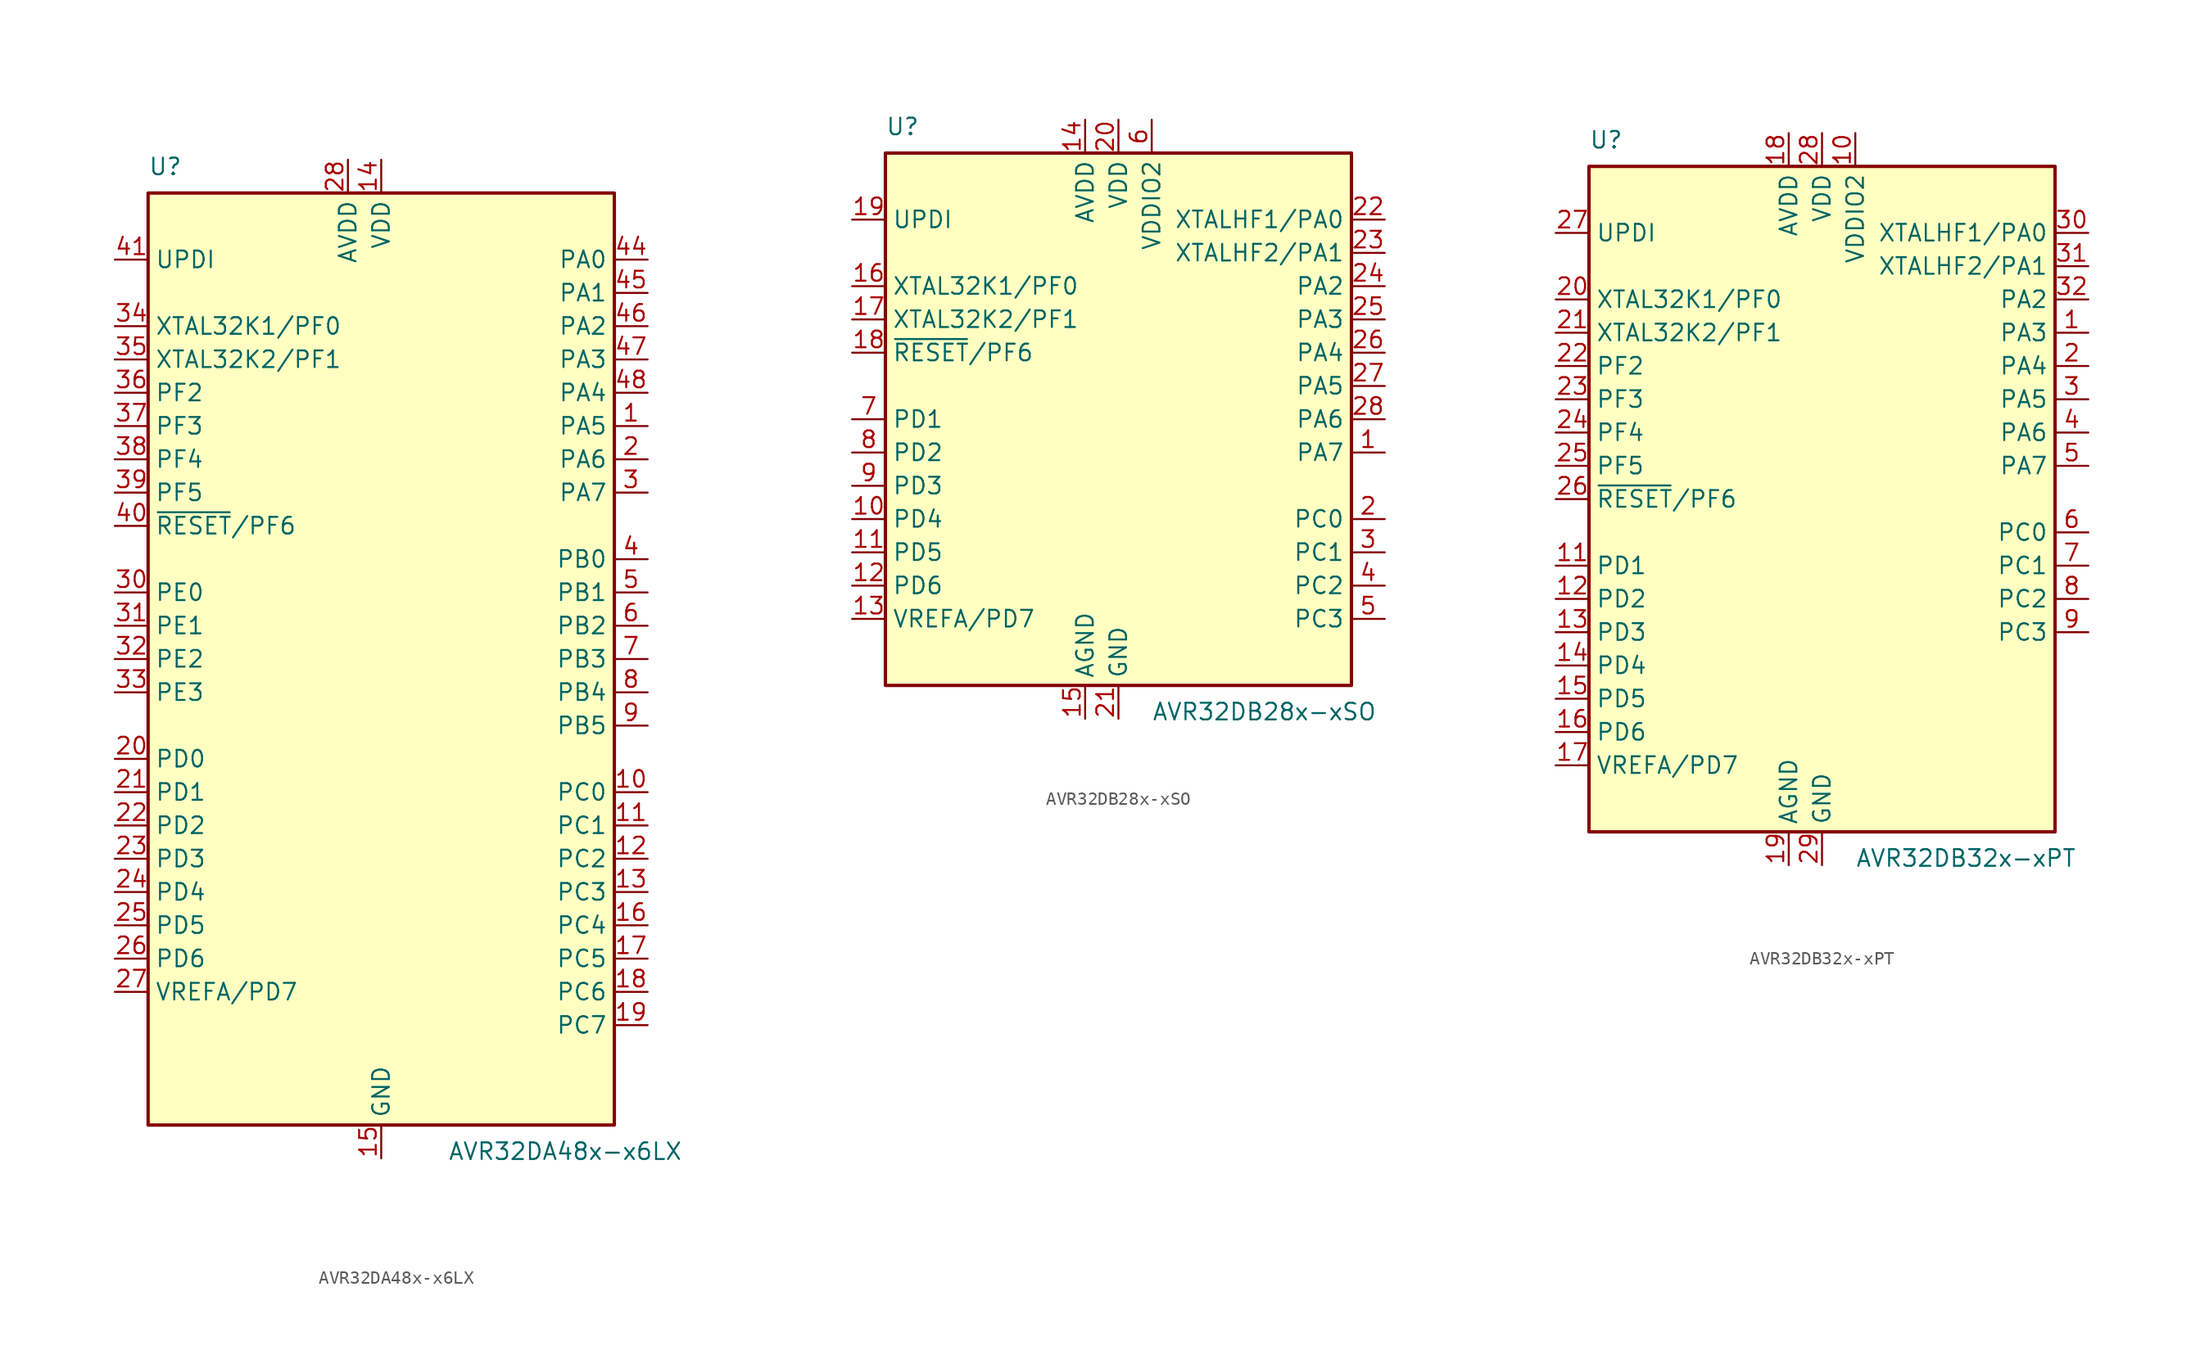
<source format=kicad_sym>
(kicad_symbol_lib
  (version 20241209)
  (generator "kicad_symbol_editor")
  (generator_version "9.0")
  (symbol "AVR32DA48x-x6LX"
    (property "Reference" "U"
      (at -17.78 36.83 0)
      (effects (font (size 1.27 1.27)) (justify left bottom)))
    (property "Value" "AVR32DA48x-x6LX"
      (at 5.08 -36.83 0)
      (effects (font (size 1.27 1.27)) (justify left top)))
    (symbol "AVR32DA48x-x6LX_0_1"
      (rectangle (start -17.78 35.56) (end 17.78 -35.56) (stroke (width 0.254) (type default)) (fill (type background))))
    (symbol "AVR32DA48x-x6LX_1_1"
      (pin input line (at -20.32 30.48 0) (length 2.54) (name "UPDI" (effects (font (size 1.27 1.27)))) (number "41" (effects (font (size 1.27 1.27)))))
      (pin bidirectional line (at -20.32 25.4 0) (length 2.54) (name "XTAL32K1/PF0" (effects (font (size 1.27 1.27)))) (number "34" (effects (font (size 1.27 1.27)))))
      (pin bidirectional line (at -20.32 22.86 0) (length 2.54) (name "XTAL32K2/PF1" (effects (font (size 1.27 1.27)))) (number "35" (effects (font (size 1.27 1.27)))))
      (pin bidirectional line (at -20.32 20.32 0) (length 2.54) (name "PF2" (effects (font (size 1.27 1.27)))) (number "36" (effects (font (size 1.27 1.27)))))
      (pin bidirectional line (at -20.32 17.78 0) (length 2.54) (name "PF3" (effects (font (size 1.27 1.27)))) (number "37" (effects (font (size 1.27 1.27)))))
      (pin bidirectional line (at -20.32 15.24 0) (length 2.54) (name "PF4" (effects (font (size 1.27 1.27)))) (number "38" (effects (font (size 1.27 1.27)))))
      (pin bidirectional line (at -20.32 12.7 0) (length 2.54) (name "PF5" (effects (font (size 1.27 1.27)))) (number "39" (effects (font (size 1.27 1.27)))))
      (pin bidirectional line (at -20.32 10.16 0) (length 2.54) (name "~{RESET}/PF6" (effects (font (size 1.27 1.27)))) (number "40" (effects (font (size 1.27 1.27)))))
      (pin bidirectional line (at -20.32 5.08 0) (length 2.54) (name "PE0" (effects (font (size 1.27 1.27)))) (number "30" (effects (font (size 1.27 1.27)))))
      (pin bidirectional line (at -20.32 2.54 0) (length 2.54) (name "PE1" (effects (font (size 1.27 1.27)))) (number "31" (effects (font (size 1.27 1.27)))))
      (pin bidirectional line (at -20.32 0 0) (length 2.54) (name "PE2" (effects (font (size 1.27 1.27)))) (number "32" (effects (font (size 1.27 1.27)))))
      (pin bidirectional line (at -20.32 -2.54 0) (length 2.54) (name "PE3" (effects (font (size 1.27 1.27)))) (number "33" (effects (font (size 1.27 1.27)))))
      (pin bidirectional line (at -20.32 -7.62 0) (length 2.54) (name "PD0" (effects (font (size 1.27 1.27)))) (number "20" (effects (font (size 1.27 1.27)))))
      (pin bidirectional line (at -20.32 -10.16 0) (length 2.54) (name "PD1" (effects (font (size 1.27 1.27)))) (number "21" (effects (font (size 1.27 1.27)))))
      (pin bidirectional line (at -20.32 -12.7 0) (length 2.54) (name "PD2" (effects (font (size 1.27 1.27)))) (number "22" (effects (font (size 1.27 1.27)))))
      (pin bidirectional line (at -20.32 -15.24 0) (length 2.54) (name "PD3" (effects (font (size 1.27 1.27)))) (number "23" (effects (font (size 1.27 1.27)))))
      (pin bidirectional line (at -20.32 -17.78 0) (length 2.54) (name "PD4" (effects (font (size 1.27 1.27)))) (number "24" (effects (font (size 1.27 1.27)))))
      (pin bidirectional line (at -20.32 -20.32 0) (length 2.54) (name "PD5" (effects (font (size 1.27 1.27)))) (number "25" (effects (font (size 1.27 1.27)))))
      (pin bidirectional line (at -20.32 -22.86 0) (length 2.54) (name "PD6" (effects (font (size 1.27 1.27)))) (number "26" (effects (font (size 1.27 1.27)))))
      (pin bidirectional line (at -20.32 -25.4 0) (length 2.54) (name "VREFA/PD7" (effects (font (size 1.27 1.27)))) (number "27" (effects (font (size 1.27 1.27)))))
      (pin power_in line (at -2.54 38.1 270) (length 2.54) (name "AVDD" (effects (font (size 1.27 1.27)))) (number "28" (effects (font (size 1.27 1.27)))))
      (pin power_in line (at 0 38.1 270) (length 2.54) (name "VDD" (effects (font (size 1.27 1.27)))) (number "14" (effects (font (size 1.27 1.27)))))
      (pin passive line (at 0 38.1 270) (length 2.54) (hide yes) (name "VDD" (effects (font (size 1.27 1.27)))) (number "42" (effects (font (size 1.27 1.27)))))
      (pin power_in line (at 0 -38.1 90) (length 2.54) (name "GND" (effects (font (size 1.27 1.27)))) (number "15" (effects (font (size 1.27 1.27)))))
      (pin passive line (at 0 -38.1 90) (length 2.54) (hide yes) (name "GND" (effects (font (size 1.27 1.27)))) (number "29" (effects (font (size 1.27 1.27)))))
      (pin passive line (at 0 -38.1 90) (length 2.54) (hide yes) (name "GND" (effects (font (size 1.27 1.27)))) (number "43" (effects (font (size 1.27 1.27)))))
      (pin passive line (at 0 -38.1 90) (length 2.54) (hide yes) (name "GND" (effects (font (size 1.27 1.27)))) (number "49" (effects (font (size 1.27 1.27)))))
      (pin bidirectional line (at 20.32 30.48 180) (length 2.54) (name "PA0" (effects (font (size 1.27 1.27)))) (number "44" (effects (font (size 1.27 1.27)))))
      (pin bidirectional line (at 20.32 27.94 180) (length 2.54) (name "PA1" (effects (font (size 1.27 1.27)))) (number "45" (effects (font (size 1.27 1.27)))))
      (pin bidirectional line (at 20.32 25.4 180) (length 2.54) (name "PA2" (effects (font (size 1.27 1.27)))) (number "46" (effects (font (size 1.27 1.27)))))
      (pin bidirectional line (at 20.32 22.86 180) (length 2.54) (name "PA3" (effects (font (size 1.27 1.27)))) (number "47" (effects (font (size 1.27 1.27)))))
      (pin bidirectional line (at 20.32 20.32 180) (length 2.54) (name "PA4" (effects (font (size 1.27 1.27)))) (number "48" (effects (font (size 1.27 1.27)))))
      (pin bidirectional line (at 20.32 17.78 180) (length 2.54) (name "PA5" (effects (font (size 1.27 1.27)))) (number "1" (effects (font (size 1.27 1.27)))))
      (pin bidirectional line (at 20.32 15.24 180) (length 2.54) (name "PA6" (effects (font (size 1.27 1.27)))) (number "2" (effects (font (size 1.27 1.27)))))
      (pin bidirectional line (at 20.32 12.7 180) (length 2.54) (name "PA7" (effects (font (size 1.27 1.27)))) (number "3" (effects (font (size 1.27 1.27)))))
      (pin bidirectional line (at 20.32 7.62 180) (length 2.54) (name "PB0" (effects (font (size 1.27 1.27)))) (number "4" (effects (font (size 1.27 1.27)))))
      (pin bidirectional line (at 20.32 5.08 180) (length 2.54) (name "PB1" (effects (font (size 1.27 1.27)))) (number "5" (effects (font (size 1.27 1.27)))))
      (pin bidirectional line (at 20.32 2.54 180) (length 2.54) (name "PB2" (effects (font (size 1.27 1.27)))) (number "6" (effects (font (size 1.27 1.27)))))
      (pin bidirectional line (at 20.32 0 180) (length 2.54) (name "PB3" (effects (font (size 1.27 1.27)))) (number "7" (effects (font (size 1.27 1.27)))))
      (pin bidirectional line (at 20.32 -2.54 180) (length 2.54) (name "PB4" (effects (font (size 1.27 1.27)))) (number "8" (effects (font (size 1.27 1.27)))))
      (pin bidirectional line (at 20.32 -5.08 180) (length 2.54) (name "PB5" (effects (font (size 1.27 1.27)))) (number "9" (effects (font (size 1.27 1.27)))))
      (pin bidirectional line (at 20.32 -10.16 180) (length 2.54) (name "PC0" (effects (font (size 1.27 1.27)))) (number "10" (effects (font (size 1.27 1.27)))))
      (pin bidirectional line (at 20.32 -12.7 180) (length 2.54) (name "PC1" (effects (font (size 1.27 1.27)))) (number "11" (effects (font (size 1.27 1.27)))))
      (pin bidirectional line (at 20.32 -15.24 180) (length 2.54) (name "PC2" (effects (font (size 1.27 1.27)))) (number "12" (effects (font (size 1.27 1.27)))))
      (pin bidirectional line (at 20.32 -17.78 180) (length 2.54) (name "PC3" (effects (font (size 1.27 1.27)))) (number "13" (effects (font (size 1.27 1.27)))))
      (pin bidirectional line (at 20.32 -20.32 180) (length 2.54) (name "PC4" (effects (font (size 1.27 1.27)))) (number "16" (effects (font (size 1.27 1.27)))))
      (pin bidirectional line (at 20.32 -22.86 180) (length 2.54) (name "PC5" (effects (font (size 1.27 1.27)))) (number "17" (effects (font (size 1.27 1.27)))))
      (pin bidirectional line (at 20.32 -25.4 180) (length 2.54) (name "PC6" (effects (font (size 1.27 1.27)))) (number "18" (effects (font (size 1.27 1.27)))))
      (pin bidirectional line (at 20.32 -27.94 180) (length 2.54) (name "PC7" (effects (font (size 1.27 1.27)))) (number "19" (effects (font (size 1.27 1.27)))))))
  (symbol "AVR32DB28x-xSO"
    (property "Reference" "U"
      (at -17.78 21.59 0)
      (effects (font (size 1.27 1.27)) (justify left bottom)))
    (property "Value" "AVR32DB28x-xSO"
      (at 2.54 -21.59 0)
      (effects (font (size 1.27 1.27)) (justify left top)))
    (symbol "AVR32DB28x-xSO_0_1"
      (rectangle (start -17.78 20.32) (end 17.78 -20.32) (stroke (width 0.254) (type default)) (fill (type background))))
    (symbol "AVR32DB28x-xSO_1_1"
      (pin input line (at -20.32 15.24 0) (length 2.54) (name "UPDI" (effects (font (size 1.27 1.27)))) (number "19" (effects (font (size 1.27 1.27)))))
      (pin bidirectional line (at -20.32 10.16 0) (length 2.54) (name "XTAL32K1/PF0" (effects (font (size 1.27 1.27)))) (number "16" (effects (font (size 1.27 1.27)))))
      (pin bidirectional line (at -20.32 7.62 0) (length 2.54) (name "XTAL32K2/PF1" (effects (font (size 1.27 1.27)))) (number "17" (effects (font (size 1.27 1.27)))))
      (pin bidirectional line (at -20.32 5.08 0) (length 2.54) (name "~{RESET}/PF6" (effects (font (size 1.27 1.27)))) (number "18" (effects (font (size 1.27 1.27)))))
      (pin bidirectional line (at -20.32 0 0) (length 2.54) (name "PD1" (effects (font (size 1.27 1.27)))) (number "7" (effects (font (size 1.27 1.27)))))
      (pin bidirectional line (at -20.32 -2.54 0) (length 2.54) (name "PD2" (effects (font (size 1.27 1.27)))) (number "8" (effects (font (size 1.27 1.27)))))
      (pin bidirectional line (at -20.32 -5.08 0) (length 2.54) (name "PD3" (effects (font (size 1.27 1.27)))) (number "9" (effects (font (size 1.27 1.27)))))
      (pin bidirectional line (at -20.32 -7.62 0) (length 2.54) (name "PD4" (effects (font (size 1.27 1.27)))) (number "10" (effects (font (size 1.27 1.27)))))
      (pin bidirectional line (at -20.32 -10.16 0) (length 2.54) (name "PD5" (effects (font (size 1.27 1.27)))) (number "11" (effects (font (size 1.27 1.27)))))
      (pin bidirectional line (at -20.32 -12.7 0) (length 2.54) (name "PD6" (effects (font (size 1.27 1.27)))) (number "12" (effects (font (size 1.27 1.27)))))
      (pin bidirectional line (at -20.32 -15.24 0) (length 2.54) (name "VREFA/PD7" (effects (font (size 1.27 1.27)))) (number "13" (effects (font (size 1.27 1.27)))))
      (pin power_in line (at -2.54 22.86 270) (length 2.54) (name "AVDD" (effects (font (size 1.27 1.27)))) (number "14" (effects (font (size 1.27 1.27)))))
      (pin power_in line (at -2.54 -22.86 90) (length 2.54) (name "AGND" (effects (font (size 1.27 1.27)))) (number "15" (effects (font (size 1.27 1.27)))))
      (pin power_in line (at 0 22.86 270) (length 2.54) (name "VDD" (effects (font (size 1.27 1.27)))) (number "20" (effects (font (size 1.27 1.27)))))
      (pin power_in line (at 0 -22.86 90) (length 2.54) (name "GND" (effects (font (size 1.27 1.27)))) (number "21" (effects (font (size 1.27 1.27)))))
      (pin power_in line (at 2.54 22.86 270) (length 2.54) (name "VDDIO2" (effects (font (size 1.27 1.27)))) (number "6" (effects (font (size 1.27 1.27)))))
      (pin bidirectional line (at 20.32 15.24 180) (length 2.54) (name "XTALHF1/PA0" (effects (font (size 1.27 1.27)))) (number "22" (effects (font (size 1.27 1.27)))))
      (pin bidirectional line (at 20.32 12.7 180) (length 2.54) (name "XTALHF2/PA1" (effects (font (size 1.27 1.27)))) (number "23" (effects (font (size 1.27 1.27)))))
      (pin bidirectional line (at 20.32 10.16 180) (length 2.54) (name "PA2" (effects (font (size 1.27 1.27)))) (number "24" (effects (font (size 1.27 1.27)))))
      (pin bidirectional line (at 20.32 7.62 180) (length 2.54) (name "PA3" (effects (font (size 1.27 1.27)))) (number "25" (effects (font (size 1.27 1.27)))))
      (pin bidirectional line (at 20.32 5.08 180) (length 2.54) (name "PA4" (effects (font (size 1.27 1.27)))) (number "26" (effects (font (size 1.27 1.27)))))
      (pin bidirectional line (at 20.32 2.54 180) (length 2.54) (name "PA5" (effects (font (size 1.27 1.27)))) (number "27" (effects (font (size 1.27 1.27)))))
      (pin bidirectional line (at 20.32 0 180) (length 2.54) (name "PA6" (effects (font (size 1.27 1.27)))) (number "28" (effects (font (size 1.27 1.27)))))
      (pin bidirectional line (at 20.32 -2.54 180) (length 2.54) (name "PA7" (effects (font (size 1.27 1.27)))) (number "1" (effects (font (size 1.27 1.27)))))
      (pin bidirectional line (at 20.32 -7.62 180) (length 2.54) (name "PC0" (effects (font (size 1.27 1.27)))) (number "2" (effects (font (size 1.27 1.27)))))
      (pin bidirectional line (at 20.32 -10.16 180) (length 2.54) (name "PC1" (effects (font (size 1.27 1.27)))) (number "3" (effects (font (size 1.27 1.27)))))
      (pin bidirectional line (at 20.32 -12.7 180) (length 2.54) (name "PC2" (effects (font (size 1.27 1.27)))) (number "4" (effects (font (size 1.27 1.27)))))
      (pin bidirectional line (at 20.32 -15.24 180) (length 2.54) (name "PC3" (effects (font (size 1.27 1.27)))) (number "5" (effects (font (size 1.27 1.27)))))))
  (symbol "AVR32DB32x-xPT"
    (property "Reference" "U"
      (at -17.78 26.67 0)
      (effects (font (size 1.27 1.27)) (justify left bottom)))
    (property "Value" "AVR32DB32x-xPT"
      (at 2.54 -26.67 0)
      (effects (font (size 1.27 1.27)) (justify left top)))
    (symbol "AVR32DB32x-xPT_0_1"
      (rectangle (start -17.78 25.4) (end 17.78 -25.4) (stroke (width 0.254) (type default)) (fill (type background))))
    (symbol "AVR32DB32x-xPT_1_1"
      (pin input line (at -20.32 20.32 0) (length 2.54) (name "UPDI" (effects (font (size 1.27 1.27)))) (number "27" (effects (font (size 1.27 1.27)))))
      (pin bidirectional line (at -20.32 15.24 0) (length 2.54) (name "XTAL32K1/PF0" (effects (font (size 1.27 1.27)))) (number "20" (effects (font (size 1.27 1.27)))))
      (pin bidirectional line (at -20.32 12.7 0) (length 2.54) (name "XTAL32K2/PF1" (effects (font (size 1.27 1.27)))) (number "21" (effects (font (size 1.27 1.27)))))
      (pin bidirectional line (at -20.32 10.16 0) (length 2.54) (name "PF2" (effects (font (size 1.27 1.27)))) (number "22" (effects (font (size 1.27 1.27)))))
      (pin bidirectional line (at -20.32 7.62 0) (length 2.54) (name "PF3" (effects (font (size 1.27 1.27)))) (number "23" (effects (font (size 1.27 1.27)))))
      (pin bidirectional line (at -20.32 5.08 0) (length 2.54) (name "PF4" (effects (font (size 1.27 1.27)))) (number "24" (effects (font (size 1.27 1.27)))))
      (pin bidirectional line (at -20.32 2.54 0) (length 2.54) (name "PF5" (effects (font (size 1.27 1.27)))) (number "25" (effects (font (size 1.27 1.27)))))
      (pin input line (at -20.32 0 0) (length 2.54) (name "~{RESET}/PF6" (effects (font (size 1.27 1.27)))) (number "26" (effects (font (size 1.27 1.27)))))
      (pin bidirectional line (at -20.32 -5.08 0) (length 2.54) (name "PD1" (effects (font (size 1.27 1.27)))) (number "11" (effects (font (size 1.27 1.27)))))
      (pin bidirectional line (at -20.32 -7.62 0) (length 2.54) (name "PD2" (effects (font (size 1.27 1.27)))) (number "12" (effects (font (size 1.27 1.27)))))
      (pin bidirectional line (at -20.32 -10.16 0) (length 2.54) (name "PD3" (effects (font (size 1.27 1.27)))) (number "13" (effects (font (size 1.27 1.27)))))
      (pin bidirectional line (at -20.32 -12.7 0) (length 2.54) (name "PD4" (effects (font (size 1.27 1.27)))) (number "14" (effects (font (size 1.27 1.27)))))
      (pin bidirectional line (at -20.32 -15.24 0) (length 2.54) (name "PD5" (effects (font (size 1.27 1.27)))) (number "15" (effects (font (size 1.27 1.27)))))
      (pin bidirectional line (at -20.32 -17.78 0) (length 2.54) (name "PD6" (effects (font (size 1.27 1.27)))) (number "16" (effects (font (size 1.27 1.27)))))
      (pin bidirectional line (at -20.32 -20.32 0) (length 2.54) (name "VREFA/PD7" (effects (font (size 1.27 1.27)))) (number "17" (effects (font (size 1.27 1.27)))))
      (pin power_in line (at -2.54 27.94 270) (length 2.54) (name "AVDD" (effects (font (size 1.27 1.27)))) (number "18" (effects (font (size 1.27 1.27)))))
      (pin power_in line (at -2.54 -27.94 90) (length 2.54) (name "AGND" (effects (font (size 1.27 1.27)))) (number "19" (effects (font (size 1.27 1.27)))))
      (pin power_in line (at 0 27.94 270) (length 2.54) (name "VDD" (effects (font (size 1.27 1.27)))) (number "28" (effects (font (size 1.27 1.27)))))
      (pin power_in line (at 0 -27.94 90) (length 2.54) (name "GND" (effects (font (size 1.27 1.27)))) (number "29" (effects (font (size 1.27 1.27)))))
      (pin power_in line (at 2.54 27.94 270) (length 2.54) (name "VDDIO2" (effects (font (size 1.27 1.27)))) (number "10" (effects (font (size 1.27 1.27)))))
      (pin bidirectional line (at 20.32 20.32 180) (length 2.54) (name "XTALHF1/PA0" (effects (font (size 1.27 1.27)))) (number "30" (effects (font (size 1.27 1.27)))))
      (pin bidirectional line (at 20.32 17.78 180) (length 2.54) (name "XTALHF2/PA1" (effects (font (size 1.27 1.27)))) (number "31" (effects (font (size 1.27 1.27)))))
      (pin bidirectional line (at 20.32 15.24 180) (length 2.54) (name "PA2" (effects (font (size 1.27 1.27)))) (number "32" (effects (font (size 1.27 1.27)))))
      (pin bidirectional line (at 20.32 12.7 180) (length 2.54) (name "PA3" (effects (font (size 1.27 1.27)))) (number "1" (effects (font (size 1.27 1.27)))))
      (pin bidirectional line (at 20.32 10.16 180) (length 2.54) (name "PA4" (effects (font (size 1.27 1.27)))) (number "2" (effects (font (size 1.27 1.27)))))
      (pin bidirectional line (at 20.32 7.62 180) (length 2.54) (name "PA5" (effects (font (size 1.27 1.27)))) (number "3" (effects (font (size 1.27 1.27)))))
      (pin bidirectional line (at 20.32 5.08 180) (length 2.54) (name "PA6" (effects (font (size 1.27 1.27)))) (number "4" (effects (font (size 1.27 1.27)))))
      (pin bidirectional line (at 20.32 2.54 180) (length 2.54) (name "PA7" (effects (font (size 1.27 1.27)))) (number "5" (effects (font (size 1.27 1.27)))))
      (pin bidirectional line (at 20.32 -2.54 180) (length 2.54) (name "PC0" (effects (font (size 1.27 1.27)))) (number "6" (effects (font (size 1.27 1.27)))))
      (pin bidirectional line (at 20.32 -5.08 180) (length 2.54) (name "PC1" (effects (font (size 1.27 1.27)))) (number "7" (effects (font (size 1.27 1.27)))))
      (pin bidirectional line (at 20.32 -7.62 180) (length 2.54) (name "PC2" (effects (font (size 1.27 1.27)))) (number "8" (effects (font (size 1.27 1.27)))))
      (pin bidirectional line (at 20.32 -10.16 180) (length 2.54) (name "PC3" (effects (font (size 1.27 1.27)))) (number "9" (effects (font (size 1.27 1.27))))))))
</source>
